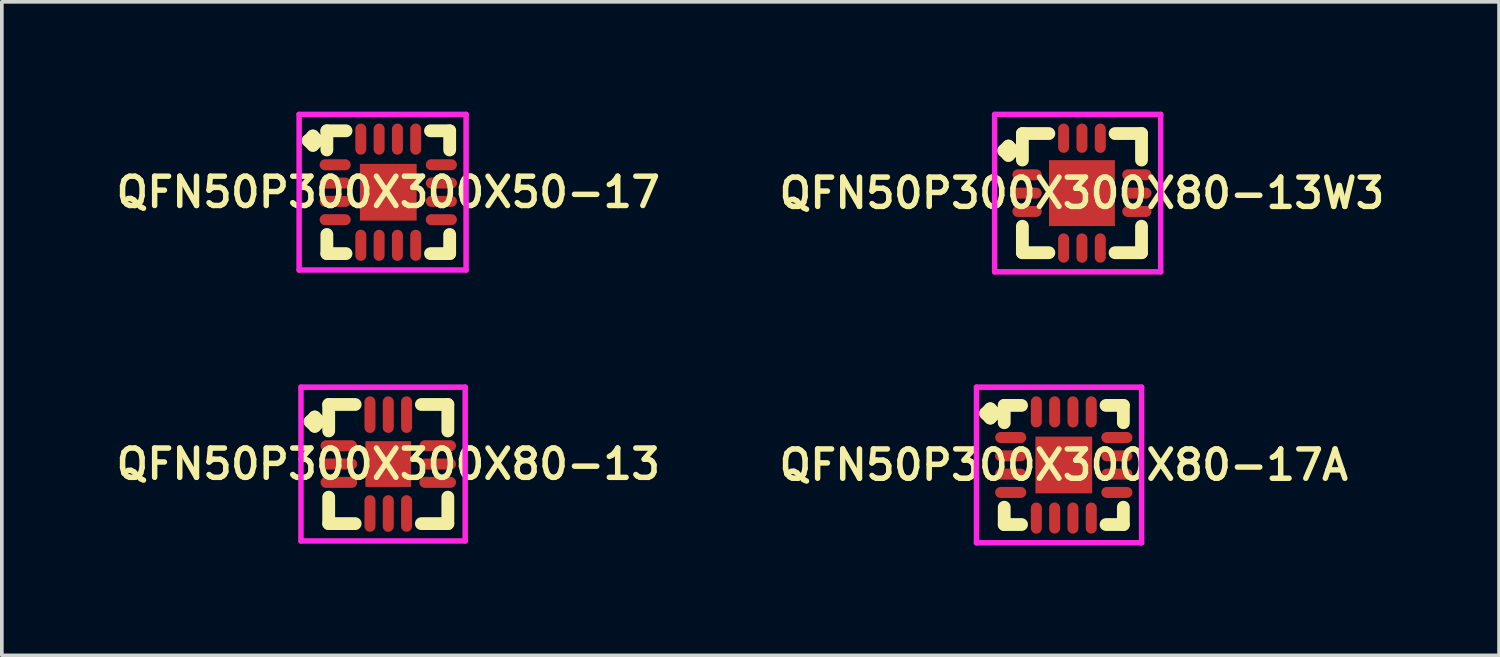
<source format=kicad_pcb>
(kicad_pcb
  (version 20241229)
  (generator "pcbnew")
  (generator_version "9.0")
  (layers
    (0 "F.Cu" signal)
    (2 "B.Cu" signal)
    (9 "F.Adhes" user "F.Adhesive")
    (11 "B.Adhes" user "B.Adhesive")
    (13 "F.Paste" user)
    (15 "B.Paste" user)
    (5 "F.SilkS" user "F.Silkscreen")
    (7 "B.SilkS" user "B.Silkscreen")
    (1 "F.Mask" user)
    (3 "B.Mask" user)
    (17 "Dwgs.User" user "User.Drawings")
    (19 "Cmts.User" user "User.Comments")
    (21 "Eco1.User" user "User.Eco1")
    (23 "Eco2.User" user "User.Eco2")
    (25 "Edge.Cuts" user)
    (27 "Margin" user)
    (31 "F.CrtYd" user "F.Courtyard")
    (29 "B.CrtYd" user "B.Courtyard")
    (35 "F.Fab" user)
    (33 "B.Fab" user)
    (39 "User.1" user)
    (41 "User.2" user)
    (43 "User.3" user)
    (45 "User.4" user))
  (footprint "QFN50P300X300X50-17"
    (layer "F.Cu")
    (at 7.555 2.2)
    (property "Reference" "QFN50P300X300X50-17" (at 0 0 0) (layer "F.SilkS") (effects (font (size 0.8 0.8) (thickness 0.15))))
    (attr smd)
    (fp_line (start -2.185 -1.408) (end -2.058 -1.535) (stroke (width 0.35) (type solid)) (layer "F.SilkS"))
    (fp_line (start -2.058 -1.535) (end -1.931 -1.408) (stroke (width 0.35) (type solid)) (layer "F.SilkS"))
    (fp_line (start -2.058 -1.281) (end -2.185 -1.408) (stroke (width 0.35) (type solid)) (layer "F.SilkS"))
    (fp_line (start -1.931 -1.408) (end -2.058 -1.281) (stroke (width 0.35) (type solid)) (layer "F.SilkS"))
    (fp_line (start -1.677 -1.677) (end -1.154 -1.677) (stroke (width 0.35) (type solid)) (layer "F.SilkS"))
    (fp_line (start -1.677 -1.154) (end -1.677 -1.677) (stroke (width 0.35) (type solid)) (layer "F.SilkS"))
    (fp_line (start -1.677 1.154) (end -1.677 1.677) (stroke (width 0.35) (type solid)) (layer "F.SilkS"))
    (fp_line (start -1.677 1.677) (end -1.154 1.677) (stroke (width 0.35) (type solid)) (layer "F.SilkS"))
    (fp_line (start 1.154 -1.677) (end 1.677 -1.677) (stroke (width 0.35) (type solid)) (layer "F.SilkS"))
    (fp_line (start 1.154 1.677) (end 1.677 1.677) (stroke (width 0.35) (type solid)) (layer "F.SilkS"))
    (fp_line (start 1.677 -1.677) (end 1.677 -1.154) (stroke (width 0.35) (type solid)) (layer "F.SilkS"))
    (fp_line (start 1.677 1.677) (end 1.677 1.154) (stroke (width 0.35) (type solid)) (layer "F.SilkS"))
    (fp_line (start -2.435 -2.125) (end 2.125 -2.125) (stroke (width 0.15) (type solid)) (layer "F.CrtYd"))
    (fp_line (start -2.435 2.125) (end -2.435 -2.125) (stroke (width 0.15) (type solid)) (layer "F.CrtYd"))
    (fp_line (start 2.125 -2.125) (end 2.125 2.125) (stroke (width 0.15) (type solid)) (layer "F.CrtYd"))
    (fp_line (start 2.125 2.125) (end -2.435 2.125) (stroke (width 0.15) (type solid)) (layer "F.CrtYd"))
    (pad "1" smd oval (at -1.45 -0.75) (size 0.85 0.3) (layers "F.Cu" "F.Mask" "F.Paste"))
    (pad "2" smd oval (at -1.45 -0.25) (size 0.85 0.3) (layers "F.Cu" "F.Mask" "F.Paste"))
    (pad "3" smd oval (at -1.45 0.25) (size 0.85 0.3) (layers "F.Cu" "F.Mask" "F.Paste"))
    (pad "4" smd oval (at -1.45 0.75) (size 0.85 0.3) (layers "F.Cu" "F.Mask" "F.Paste"))
    (pad "5" smd oval (at -0.75 1.45) (size 0.3 0.85) (layers "F.Cu" "F.Mask" "F.Paste"))
    (pad "6" smd oval (at -0.25 1.45) (size 0.3 0.85) (layers "F.Cu" "F.Mask" "F.Paste"))
    (pad "7" smd oval (at 0.25 1.45) (size 0.3 0.85) (layers "F.Cu" "F.Mask" "F.Paste"))
    (pad "8" smd oval (at 0.75 1.45) (size 0.3 0.85) (layers "F.Cu" "F.Mask" "F.Paste"))
    (pad "9" smd oval (at 1.45 0.75) (size 0.85 0.3) (layers "F.Cu" "F.Mask" "F.Paste"))
    (pad "10" smd oval (at 1.45 0.25) (size 0.85 0.3) (layers "F.Cu" "F.Mask" "F.Paste"))
    (pad "11" smd oval (at 1.45 -0.25) (size 0.85 0.3) (layers "F.Cu" "F.Mask" "F.Paste"))
    (pad "12" smd oval (at 1.45 -0.75) (size 0.85 0.3) (layers "F.Cu" "F.Mask" "F.Paste"))
    (pad "13" smd oval (at 0.75 -1.45) (size 0.3 0.85) (layers "F.Cu" "F.Mask" "F.Paste"))
    (pad "14" smd oval (at 0.25 -1.45) (size 0.3 0.85) (layers "F.Cu" "F.Mask" "F.Paste"))
    (pad "15" smd oval (at -0.25 -1.45) (size 0.3 0.85) (layers "F.Cu" "F.Mask" "F.Paste"))
    (pad "16" smd oval (at -0.75 -1.45) (size 0.3 0.85) (layers "F.Cu" "F.Mask" "F.Paste"))
    (pad "17" smd rect (at 0 0) (size 1.55 1.55) (layers "F.Cu" "F.Mask" "F.Paste")))
  (footprint "QFN50P300X300X80-13"
    (layer "F.Cu")
    (at 7.555 9.625)
    (property "Reference" "QFN50P300X300X80-13" (at 0 0 0) (layer "F.SilkS") (effects (font (size 0.8 0.8) (thickness 0.15))))
    (attr through_hole)
    (fp_line (start -2.135 -1.158) (end -2.008 -1.285) (stroke (width 0.35) (type solid)) (layer "F.SilkS"))
    (fp_line (start -2.008 -1.285) (end -1.881 -1.158) (stroke (width 0.35) (type solid)) (layer "F.SilkS"))
    (fp_line (start -2.008 -1.031) (end -2.135 -1.158) (stroke (width 0.35) (type solid)) (layer "F.SilkS"))
    (fp_line (start -1.881 -1.158) (end -2.008 -1.031) (stroke (width 0.35) (type solid)) (layer "F.SilkS"))
    (fp_line (start -1.627 -1.627) (end -0.904 -1.627) (stroke (width 0.35) (type solid)) (layer "F.SilkS"))
    (fp_line (start -1.627 -0.904) (end -1.627 -1.627) (stroke (width 0.35) (type solid)) (layer "F.SilkS"))
    (fp_line (start -1.627 0.904) (end -1.627 1.627) (stroke (width 0.35) (type solid)) (layer "F.SilkS"))
    (fp_line (start -1.627 1.627) (end -0.904 1.627) (stroke (width 0.35) (type solid)) (layer "F.SilkS"))
    (fp_line (start 0.904 -1.627) (end 1.627 -1.627) (stroke (width 0.35) (type solid)) (layer "F.SilkS"))
    (fp_line (start 0.904 1.627) (end 1.627 1.627) (stroke (width 0.35) (type solid)) (layer "F.SilkS"))
    (fp_line (start 1.627 -1.627) (end 1.627 -0.904) (stroke (width 0.35) (type solid)) (layer "F.SilkS"))
    (fp_line (start 1.627 1.627) (end 1.627 0.904) (stroke (width 0.35) (type solid)) (layer "F.SilkS"))
    (fp_line (start -2.385 -2.1) (end 2.1 -2.1) (stroke (width 0.15) (type solid)) (layer "F.CrtYd"))
    (fp_line (start -2.385 2.1) (end -2.385 -2.1) (stroke (width 0.15) (type solid)) (layer "F.CrtYd"))
    (fp_line (start 2.1 -2.1) (end 2.1 2.1) (stroke (width 0.15) (type solid)) (layer "F.CrtYd"))
    (fp_line (start 2.1 2.1) (end -2.385 2.1) (stroke (width 0.15) (type solid)) (layer "F.CrtYd"))
    (pad "1" smd oval (at -1.35 -0.5) (size 1 0.3) (layers "F.Cu" "F.Mask" "F.Paste"))
    (pad "2" smd oval (at -1.35 0) (size 1 0.3) (layers "F.Cu" "F.Mask" "F.Paste"))
    (pad "3" smd oval (at -1.35 0.5) (size 1 0.3) (layers "F.Cu" "F.Mask" "F.Paste"))
    (pad "4" smd oval (at -0.5 1.35) (size 0.3 1) (layers "F.Cu" "F.Mask" "F.Paste"))
    (pad "5" smd oval (at 0 1.35) (size 0.3 1) (layers "F.Cu" "F.Mask" "F.Paste"))
    (pad "6" smd oval (at 0.5 1.35) (size 0.3 1) (layers "F.Cu" "F.Mask" "F.Paste"))
    (pad "7" smd oval (at 1.35 0.5) (size 1 0.3) (layers "F.Cu" "F.Mask" "F.Paste"))
    (pad "8" smd oval (at 1.35 0) (size 1 0.3) (layers "F.Cu" "F.Mask" "F.Paste"))
    (pad "9" smd oval (at 1.35 -0.5) (size 1 0.3) (layers "F.Cu" "F.Mask" "F.Paste"))
    (pad "10" smd oval (at 0.5 -1.35) (size 0.3 1) (layers "F.Cu" "F.Mask" "F.Paste"))
    (pad "11" smd oval (at 0 -1.35) (size 0.3 1) (layers "F.Cu" "F.Mask" "F.Paste"))
    (pad "12" smd oval (at -0.5 -1.35) (size 0.3 1) (layers "F.Cu" "F.Mask" "F.Paste"))
    (pad "13" smd rect (at 0 0) (size 1.25 1.25) (layers "F.Cu" "F.Mask" "F.Paste")))
  (footprint "QFN50P300X300X80-17A"
    (layer "F.Cu")
    (at 26.006 9.65)
    (property "Reference" "QFN50P300X300X80-17A" (at 0 0 0) (layer "F.SilkS") (effects (font (size 0.8 0.8) (thickness 0.15))))
    (attr smd)
    (fp_line (start -2.135 -1.408) (end -2.008 -1.535) (stroke (width 0.35) (type solid)) (layer "F.SilkS"))
    (fp_line (start -2.008 -1.535) (end -1.881 -1.408) (stroke (width 0.35) (type solid)) (layer "F.SilkS"))
    (fp_line (start -2.008 -1.281) (end -2.135 -1.408) (stroke (width 0.35) (type solid)) (layer "F.SilkS"))
    (fp_line (start -1.881 -1.408) (end -2.008 -1.281) (stroke (width 0.35) (type solid)) (layer "F.SilkS"))
    (fp_line (start -1.627 -1.627) (end -1.154 -1.627) (stroke (width 0.35) (type solid)) (layer "F.SilkS"))
    (fp_line (start -1.627 -1.154) (end -1.627 -1.627) (stroke (width 0.35) (type solid)) (layer "F.SilkS"))
    (fp_line (start -1.627 1.154) (end -1.627 1.627) (stroke (width 0.35) (type solid)) (layer "F.SilkS"))
    (fp_line (start -1.627 1.627) (end -1.154 1.627) (stroke (width 0.35) (type solid)) (layer "F.SilkS"))
    (fp_line (start 1.154 -1.627) (end 1.627 -1.627) (stroke (width 0.35) (type solid)) (layer "F.SilkS"))
    (fp_line (start 1.154 1.627) (end 1.627 1.627) (stroke (width 0.35) (type solid)) (layer "F.SilkS"))
    (fp_line (start 1.627 -1.627) (end 1.627 -1.154) (stroke (width 0.35) (type solid)) (layer "F.SilkS"))
    (fp_line (start 1.627 1.627) (end 1.627 1.154) (stroke (width 0.35) (type solid)) (layer "F.SilkS"))
    (fp_line (start -2.385 -2.125) (end 2.125 -2.125) (stroke (width 0.15) (type solid)) (layer "F.CrtYd"))
    (fp_line (start -2.385 2.125) (end -2.385 -2.125) (stroke (width 0.15) (type solid)) (layer "F.CrtYd"))
    (fp_line (start 2.125 -2.125) (end 2.125 2.125) (stroke (width 0.15) (type solid)) (layer "F.CrtYd"))
    (fp_line (start 2.125 2.125) (end -2.385 2.125) (stroke (width 0.15) (type solid)) (layer "F.CrtYd"))
    (pad "1" smd oval (at -1.45 -0.75) (size 0.85 0.3) (layers "F.Cu" "F.Mask" "F.Paste"))
    (pad "2" smd oval (at -1.45 -0.25) (size 0.85 0.3) (layers "F.Cu" "F.Mask" "F.Paste"))
    (pad "3" smd oval (at -1.45 0.25) (size 0.85 0.3) (layers "F.Cu" "F.Mask" "F.Paste"))
    (pad "4" smd oval (at -1.45 0.75) (size 0.85 0.3) (layers "F.Cu" "F.Mask" "F.Paste"))
    (pad "5" smd oval (at -0.75 1.45) (size 0.3 0.85) (layers "F.Cu" "F.Mask" "F.Paste"))
    (pad "6" smd oval (at -0.25 1.45) (size 0.3 0.85) (layers "F.Cu" "F.Mask" "F.Paste"))
    (pad "7" smd oval (at 0.25 1.45) (size 0.3 0.85) (layers "F.Cu" "F.Mask" "F.Paste"))
    (pad "8" smd oval (at 0.75 1.45) (size 0.3 0.85) (layers "F.Cu" "F.Mask" "F.Paste"))
    (pad "9" smd oval (at 1.45 0.75) (size 0.85 0.3) (layers "F.Cu" "F.Mask" "F.Paste"))
    (pad "10" smd oval (at 1.45 0.25) (size 0.85 0.3) (layers "F.Cu" "F.Mask" "F.Paste"))
    (pad "11" smd oval (at 1.45 -0.25) (size 0.85 0.3) (layers "F.Cu" "F.Mask" "F.Paste"))
    (pad "12" smd oval (at 1.45 -0.75) (size 0.85 0.3) (layers "F.Cu" "F.Mask" "F.Paste"))
    (pad "13" smd oval (at 0.75 -1.45) (size 0.3 0.85) (layers "F.Cu" "F.Mask" "F.Paste"))
    (pad "14" smd oval (at 0.25 -1.45) (size 0.3 0.85) (layers "F.Cu" "F.Mask" "F.Paste"))
    (pad "15" smd oval (at -0.25 -1.45) (size 0.3 0.85) (layers "F.Cu" "F.Mask" "F.Paste"))
    (pad "16" smd oval (at -0.75 -1.45) (size 0.3 0.85) (layers "F.Cu" "F.Mask" "F.Paste"))
    (pad "17" smd rect (at 0 0) (size 1.55 1.55) (layers "F.Cu" "F.Mask" "F.Paste")))
  (footprint "QFN50P300X300X80-13W3"
    (layer "F.Cu")
    (at 26.502 2.225)
    (property "Reference" "QFN50P300X300X80-13W3" (at 0 0 0) (layer "F.SilkS") (effects (font (size 0.8 0.8) (thickness 0.15))))
    (attr smd)
    (fp_line (start -2.135 -1.158) (end -2.008 -1.285) (stroke (width 0.35) (type solid)) (layer "F.SilkS"))
    (fp_line (start -2.008 -1.285) (end -1.881 -1.158) (stroke (width 0.35) (type solid)) (layer "F.SilkS"))
    (fp_line (start -2.008 -1.031) (end -2.135 -1.158) (stroke (width 0.35) (type solid)) (layer "F.SilkS"))
    (fp_line (start -1.881 -1.158) (end -2.008 -1.031) (stroke (width 0.35) (type solid)) (layer "F.SilkS"))
    (fp_line (start -1.627 -1.627) (end -0.904 -1.627) (stroke (width 0.35) (type solid)) (layer "F.SilkS"))
    (fp_line (start -1.627 -0.904) (end -1.627 -1.627) (stroke (width 0.35) (type solid)) (layer "F.SilkS"))
    (fp_line (start -1.627 0.904) (end -1.627 1.627) (stroke (width 0.35) (type solid)) (layer "F.SilkS"))
    (fp_line (start -1.627 1.627) (end -0.904 1.627) (stroke (width 0.35) (type solid)) (layer "F.SilkS"))
    (fp_line (start 0.904 -1.627) (end 1.627 -1.627) (stroke (width 0.35) (type solid)) (layer "F.SilkS"))
    (fp_line (start 0.904 1.627) (end 1.627 1.627) (stroke (width 0.35) (type solid)) (layer "F.SilkS"))
    (fp_line (start 1.627 -1.627) (end 1.627 -0.904) (stroke (width 0.35) (type solid)) (layer "F.SilkS"))
    (fp_line (start 1.627 1.627) (end 1.627 0.904) (stroke (width 0.35) (type solid)) (layer "F.SilkS"))
    (fp_line (start -2.385 -2.15) (end 2.15 -2.15) (stroke (width 0.15) (type solid)) (layer "F.CrtYd"))
    (fp_line (start -2.385 2.15) (end -2.385 -2.15) (stroke (width 0.15) (type solid)) (layer "F.CrtYd"))
    (fp_line (start 2.15 -2.15) (end 2.15 2.15) (stroke (width 0.15) (type solid)) (layer "F.CrtYd"))
    (fp_line (start 2.15 2.15) (end -2.385 2.15) (stroke (width 0.15) (type solid)) (layer "F.CrtYd"))
    (pad "1" smd oval (at -1.5 -0.5) (size 0.8 0.3) (layers "F.Cu" "F.Mask" "F.Paste"))
    (pad "2" smd oval (at -1.5 0) (size 0.8 0.3) (layers "F.Cu" "F.Mask" "F.Paste"))
    (pad "3" smd oval (at -1.5 0.5) (size 0.8 0.3) (layers "F.Cu" "F.Mask" "F.Paste"))
    (pad "4" smd oval (at -0.5 1.5) (size 0.3 0.8) (layers "F.Cu" "F.Mask" "F.Paste"))
    (pad "5" smd oval (at 0 1.5) (size 0.3 0.8) (layers "F.Cu" "F.Mask" "F.Paste"))
    (pad "6" smd oval (at 0.5 1.5) (size 0.3 0.8) (layers "F.Cu" "F.Mask" "F.Paste"))
    (pad "7" smd oval (at 1.5 0.5) (size 0.8 0.3) (layers "F.Cu" "F.Mask" "F.Paste"))
    (pad "8" smd oval (at 1.5 0) (size 0.8 0.3) (layers "F.Cu" "F.Mask" "F.Paste"))
    (pad "9" smd oval (at 1.5 -0.5) (size 0.8 0.3) (layers "F.Cu" "F.Mask" "F.Paste"))
    (pad "10" smd oval (at 0.5 -1.5) (size 0.3 0.8) (layers "F.Cu" "F.Mask" "F.Paste"))
    (pad "11" smd oval (at 0 -1.5) (size 0.3 0.8) (layers "F.Cu" "F.Mask" "F.Paste"))
    (pad "12" smd oval (at -0.5 -1.5) (size 0.3 0.8) (layers "F.Cu" "F.Mask" "F.Paste"))
    (pad "13" smd rect (at 0 0) (size 1.8 1.8) (layers "F.Cu" "F.Mask" "F.Paste")))
  (gr_rect
    (start -3 -3)
    (end 37.894 14.85)
    (stroke (width 0.1) (type default))
    (fill no)
    (layer "Edge.Cuts")))
</source>
